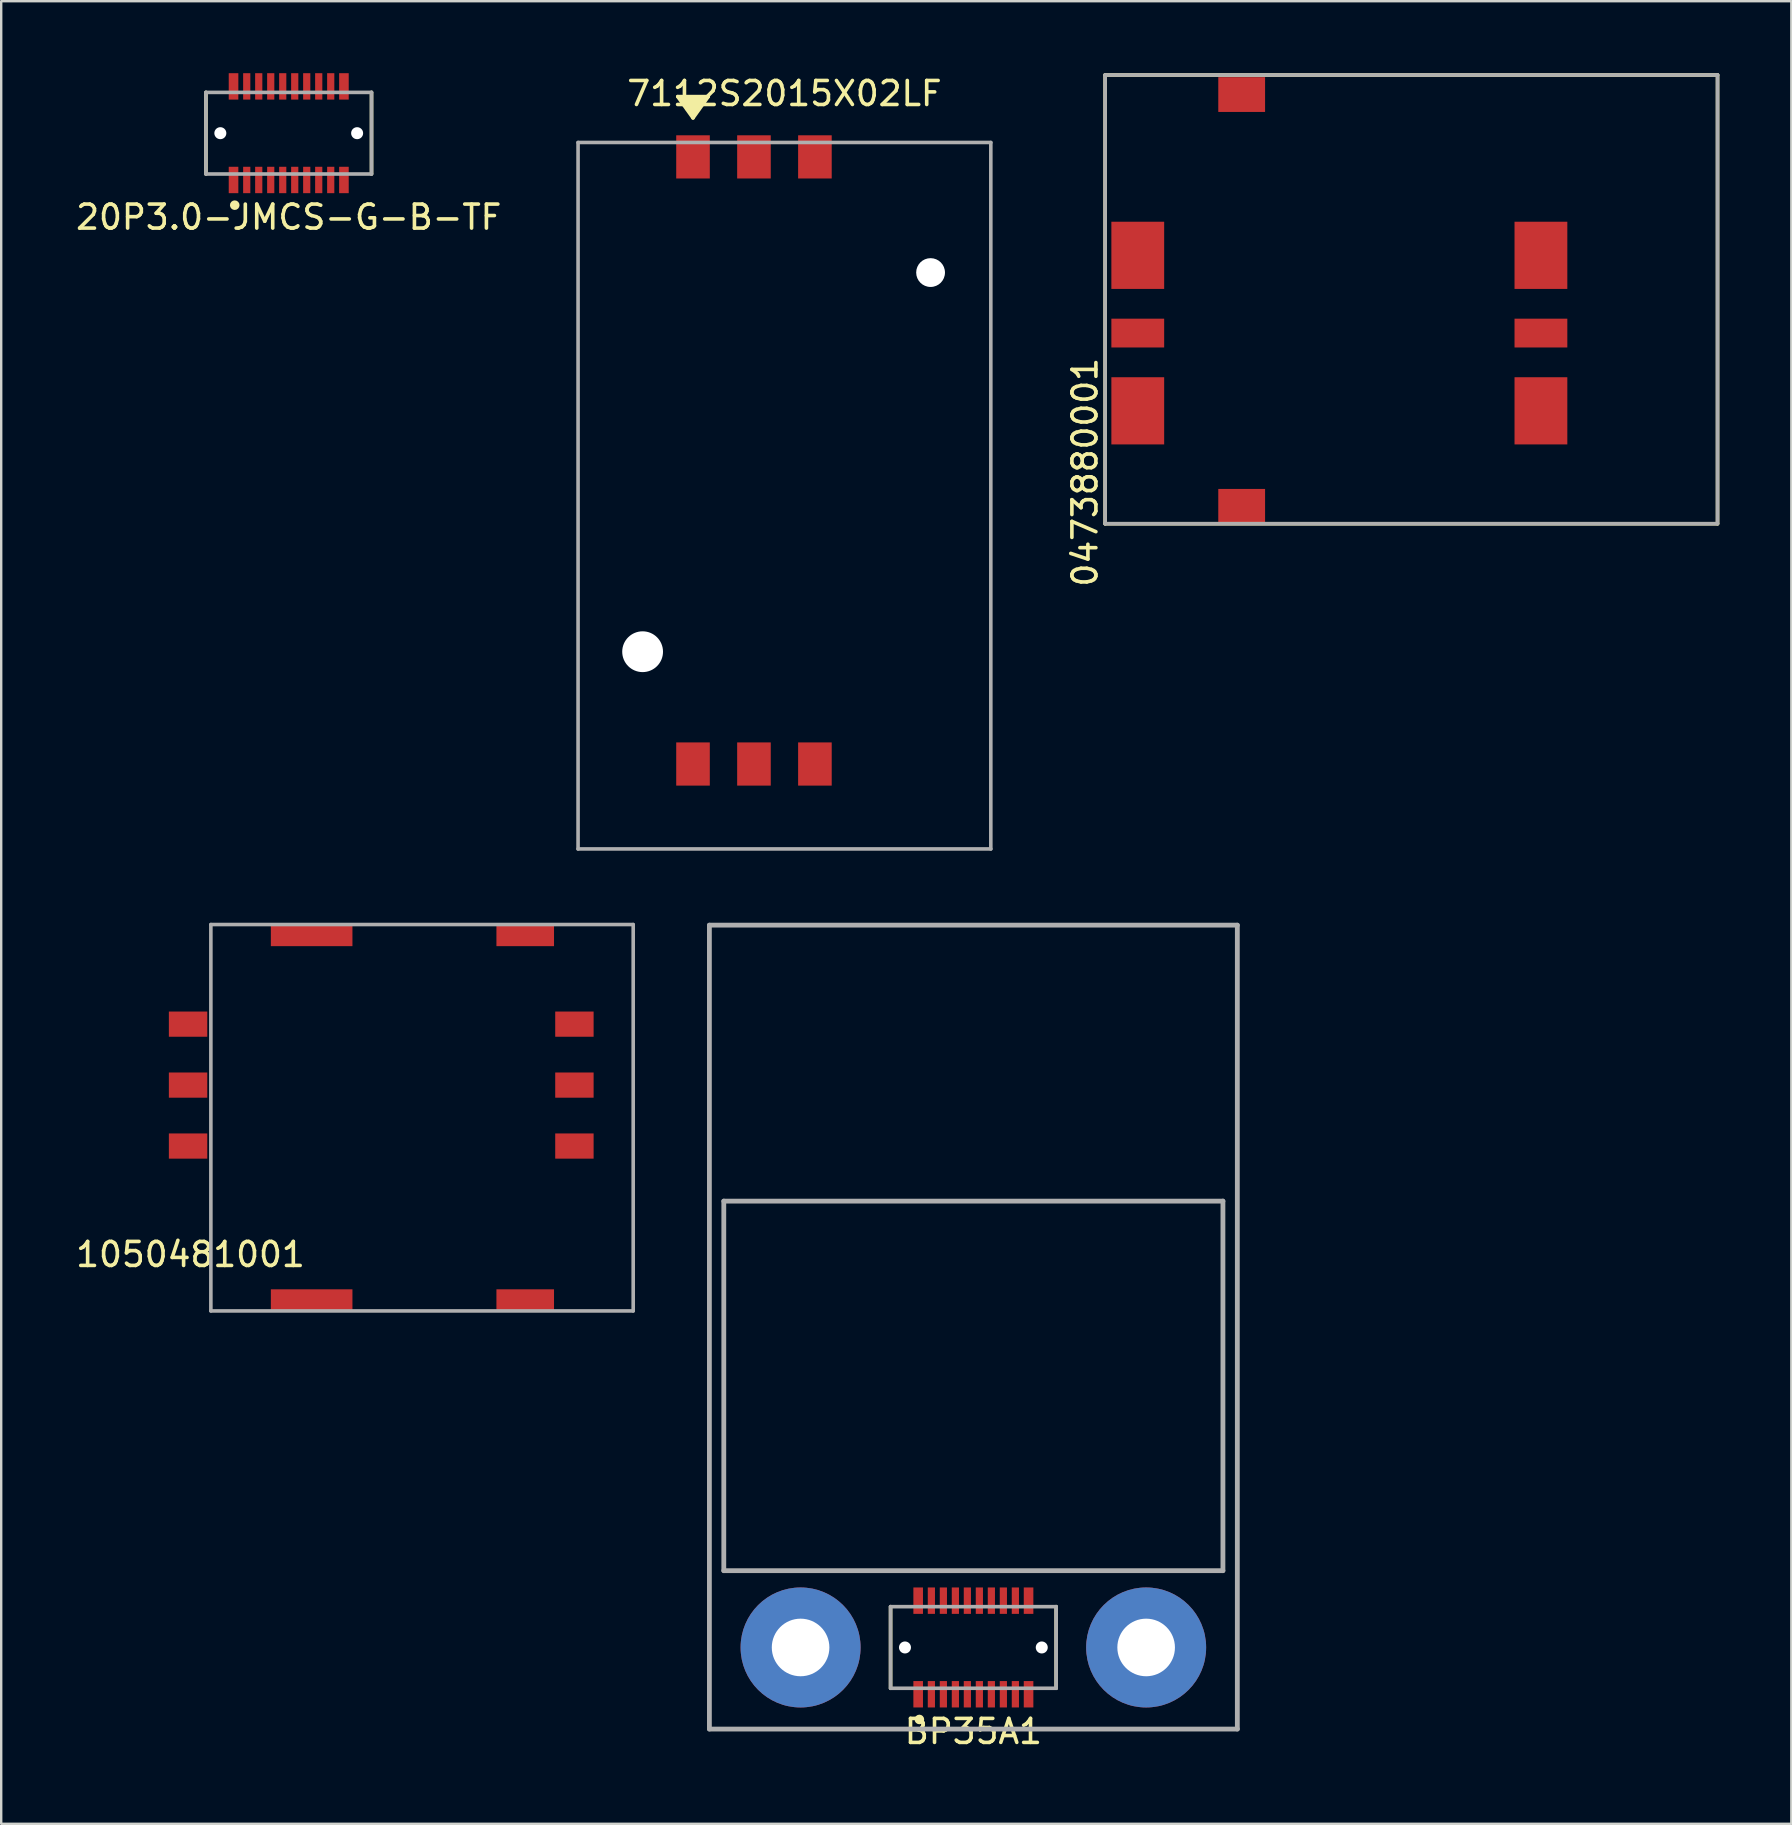
<source format=kicad_pcb>
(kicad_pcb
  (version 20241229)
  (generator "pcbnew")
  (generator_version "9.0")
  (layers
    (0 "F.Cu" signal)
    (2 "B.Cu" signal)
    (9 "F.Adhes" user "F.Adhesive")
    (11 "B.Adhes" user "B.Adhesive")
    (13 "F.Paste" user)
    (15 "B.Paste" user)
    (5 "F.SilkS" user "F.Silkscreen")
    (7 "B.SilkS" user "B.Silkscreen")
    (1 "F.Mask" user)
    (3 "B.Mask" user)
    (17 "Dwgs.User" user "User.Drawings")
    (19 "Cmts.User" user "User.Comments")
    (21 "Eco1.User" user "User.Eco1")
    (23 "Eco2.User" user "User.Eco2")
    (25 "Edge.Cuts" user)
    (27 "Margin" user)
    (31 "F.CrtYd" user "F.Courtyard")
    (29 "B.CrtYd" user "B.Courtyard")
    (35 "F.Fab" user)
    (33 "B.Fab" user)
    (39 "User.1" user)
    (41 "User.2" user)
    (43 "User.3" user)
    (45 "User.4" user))
  (footprint "0473880001"
    (layer "F.Cu")
    (at 44.363 10.83)
    (property "Reference" "0473880001" (at -2.2 5.8 90) (layer "F.SilkS") (effects (font (size 1 1) (thickness 0.15))))
    (attr through_hole)
    (fp_line (start -1.36 -10.755) (end -1.36 7.945) (stroke (width 0.15) (type solid)) (layer "F.SilkS"))
    (fp_line (start -1.36 -10.755) (end 24.16 -10.755) (stroke (width 0.15) (type solid)) (layer "F.SilkS"))
    (fp_line (start -1.36 7.945) (end 24.16 7.945) (stroke (width 0.15) (type solid)) (layer "F.SilkS"))
    (fp_line (start 24.16 -10.755) (end 24.16 7.945) (stroke (width 0.15) (type solid)) (layer "F.SilkS"))
    (fp_line (start -1.36 -10.755) (end -1.36 7.945) (stroke (width 0.15) (type solid)) (layer "F.Fab"))
    (fp_line (start -1.36 -10.755) (end 24.16 -10.755) (stroke (width 0.15) (type solid)) (layer "F.Fab"))
    (fp_line (start -1.36 7.945) (end 24.1 7.945) (stroke (width 0.15) (type solid)) (layer "F.Fab"))
    (fp_line (start 24.16 -10.755) (end 24.16 7.945) (stroke (width 0.15) (type solid)) (layer "F.Fab"))
    (pad "C1" smd rect (at 0 3.24) (size 2.2 2.8) (layers "F.Cu" "F.Mask" "F.Paste"))
    (pad "C2" smd rect (at 0 0) (size 2.2 1.2) (layers "F.Cu" "F.Mask" "F.Paste"))
    (pad "C3" smd rect (at 0 -3.24) (size 2.2 2.8) (layers "F.Cu" "F.Mask" "F.Paste"))
    (pad "C5" smd rect (at 16.8 3.24) (size 2.2 2.8) (layers "F.Cu" "F.Mask" "F.Paste"))
    (pad "C6" smd rect (at 16.8 0) (size 2.2 1.2) (layers "F.Cu" "F.Mask" "F.Paste"))
    (pad "C7" smd rect (at 16.8 -3.24) (size 2.2 2.8) (layers "F.Cu" "F.Mask" "F.Paste"))
    (pad "FG" smd rect (at 4.33 -9.94) (size 1.95 1.45) (layers "F.Cu" "F.Mask" "F.Paste"))
    (pad "FG" smd rect (at 4.33 7.22) (size 1.95 1.45) (layers "F.Cu" "F.Mask" "F.Paste")))
  (footprint "20P3.0-JMCS-G-B-TF"
    (layer "F.Cu")
    (at 8.982 2.5)
    (property "Reference" "20P3.0-JMCS-G-B-TF" (at 0 3.5 0) (layer "F.SilkS") (effects (font (size 1 1) (thickness 0.15))))
    (attr through_hole)
    (fp_line (start -3.45 -1.7) (end -3.45 1.7) (stroke (width 0.15) (type solid)) (layer "F.SilkS"))
    (fp_line (start 3.45 -1.7) (end 3.45 1.7) (stroke (width 0.15) (type solid)) (layer "F.SilkS"))
    (fp_circle (center -2.25 3) (end -2.15 3) (stroke (width 0.2) (type solid)) (fill no) (layer "F.SilkS"))
    (fp_line (start -3.45 -1.7) (end -3.45 1.7) (stroke (width 0.15) (type solid)) (layer "F.Fab"))
    (fp_line (start 3.45 -1.7) (end -3.45 -1.7) (stroke (width 0.15) (type solid)) (layer "F.Fab"))
    (fp_line (start 3.45 -1.7) (end 3.45 1.7) (stroke (width 0.15) (type solid)) (layer "F.Fab"))
    (fp_line (start 3.45 1.7) (end -3.45 1.7) (stroke (width 0.15) (type solid)) (layer "F.Fab"))
    (pad "" np_thru_hole circle (at -2.85 0) (size 0.5 0.5) (drill 0.5) (layers "*.Cu" "*.Mask"))
    (pad "" np_thru_hole circle (at 2.85 0) (size 0.5 0.5) (drill 0.5) (layers "*.Cu" "*.Mask"))
    (pad "1" smd rect (at -2.3 1.95) (size 0.4 1.1) (layers "F.Cu" "F.Mask" "F.Paste"))
    (pad "2" smd rect (at -1.75 1.95) (size 0.3 1.1) (layers "F.Cu" "F.Mask" "F.Paste"))
    (pad "3" smd rect (at -1.25 1.95) (size 0.3 1.1) (layers "F.Cu" "F.Mask" "F.Paste"))
    (pad "4" smd rect (at -0.75 1.95) (size 0.3 1.1) (layers "F.Cu" "F.Mask" "F.Paste"))
    (pad "5" smd rect (at -0.25 1.95) (size 0.3 1.1) (layers "F.Cu" "F.Mask" "F.Paste"))
    (pad "6" smd rect (at 0.25 1.95) (size 0.3 1.1) (layers "F.Cu" "F.Mask" "F.Paste"))
    (pad "7" smd rect (at 0.75 1.95) (size 0.3 1.1) (layers "F.Cu" "F.Mask" "F.Paste"))
    (pad "8" smd rect (at 1.25 1.95) (size 0.3 1.1) (layers "F.Cu" "F.Mask" "F.Paste"))
    (pad "9" smd rect (at 1.75 1.95) (size 0.3 1.1) (layers "F.Cu" "F.Mask" "F.Paste"))
    (pad "10" smd rect (at 2.3 1.95) (size 0.4 1.1) (layers "F.Cu" "F.Mask" "F.Paste"))
    (pad "11" smd rect (at -2.3 -1.95) (size 0.4 1.1) (layers "F.Cu" "F.Mask" "F.Paste"))
    (pad "12" smd rect (at -1.75 -1.95) (size 0.3 1.1) (layers "F.Cu" "F.Mask" "F.Paste"))
    (pad "13" smd rect (at -1.25 -1.95) (size 0.3 1.1) (layers "F.Cu" "F.Mask" "F.Paste"))
    (pad "14" smd rect (at -0.75 -1.95) (size 0.3 1.1) (layers "F.Cu" "F.Mask" "F.Paste"))
    (pad "15" smd rect (at -0.25 -1.95) (size 0.3 1.1) (layers "F.Cu" "F.Mask" "F.Paste"))
    (pad "16" smd rect (at 0.25 -1.95) (size 0.3 1.1) (layers "F.Cu" "F.Mask" "F.Paste"))
    (pad "17" smd rect (at 0.75 -1.95) (size 0.3 1.1) (layers "F.Cu" "F.Mask" "F.Paste"))
    (pad "18" smd rect (at 1.25 -1.95) (size 0.3 1.1) (layers "F.Cu" "F.Mask" "F.Paste"))
    (pad "19" smd rect (at 1.75 -1.95) (size 0.3 1.1) (layers "F.Cu" "F.Mask" "F.Paste"))
    (pad "20" smd rect (at 2.3 -1.95) (size 0.4 1.1) (layers "F.Cu" "F.Mask" "F.Paste")))
  (footprint "BP35A1"
    (layer "F.Cu")
    (at 37.512 65.603)
    (property "Reference" "BP35A1" (at 0 3.5 0) (layer "F.SilkS") (effects (font (size 1 1) (thickness 0.15))))
    (attr through_hole)
    (fp_line (start -3.45 -1.7) (end -3.45 1.7) (stroke (width 0.15) (type solid)) (layer "F.SilkS"))
    (fp_line (start 3.45 -1.7) (end 3.45 1.7) (stroke (width 0.15) (type solid)) (layer "F.SilkS"))
    (fp_circle (center -2.25 3) (end -2.15 3) (stroke (width 0.2) (type solid)) (fill no) (layer "F.SilkS"))
    (fp_line (start -11 -30.1) (end -11 3.4) (stroke (width 0.2) (type solid)) (layer "F.Fab"))
    (fp_line (start -11 -30.1) (end 11 -30.1) (stroke (width 0.2) (type solid)) (layer "F.Fab"))
    (fp_line (start -11 3.4) (end 11 3.4) (stroke (width 0.2) (type solid)) (layer "F.Fab"))
    (fp_line (start -10.4 -18.6) (end -10.4 -3.2) (stroke (width 0.2) (type solid)) (layer "F.Fab"))
    (fp_line (start -10.4 -18.6) (end 10.4 -18.6) (stroke (width 0.2) (type solid)) (layer "F.Fab"))
    (fp_line (start -10.4 -3.2) (end 10.4 -3.2) (stroke (width 0.2) (type solid)) (layer "F.Fab"))
    (fp_line (start -3.45 -1.7) (end -3.45 1.7) (stroke (width 0.15) (type solid)) (layer "F.Fab"))
    (fp_line (start 3.45 -1.7) (end -3.45 -1.7) (stroke (width 0.15) (type solid)) (layer "F.Fab"))
    (fp_line (start 3.45 -1.7) (end 3.45 1.7) (stroke (width 0.15) (type solid)) (layer "F.Fab"))
    (fp_line (start 3.45 1.7) (end -3.45 1.7) (stroke (width 0.15) (type solid)) (layer "F.Fab"))
    (fp_line (start 10.4 -18.6) (end 10.4 -3.2) (stroke (width 0.2) (type solid)) (layer "F.Fab"))
    (fp_line (start 11 -30.1) (end 11 3.4) (stroke (width 0.2) (type solid)) (layer "F.Fab"))
    (pad "" np_thru_hole circle (at -7.2 0) (size 5 5) (drill 2.4) (layers "*.Cu" "*.Mask"))
    (pad "" np_thru_hole circle (at -2.85 0) (size 0.5 0.5) (drill 0.5) (layers "*.Cu" "*.Mask"))
    (pad "" np_thru_hole circle (at 2.85 0) (size 0.5 0.5) (drill 0.5) (layers "*.Cu" "*.Mask"))
    (pad "" np_thru_hole circle (at 7.2 0) (size 5 5) (drill 2.4) (layers "*.Cu" "*.Mask"))
    (pad "1" smd rect (at -2.3 1.95) (size 0.4 1.1) (layers "F.Cu" "F.Mask" "F.Paste"))
    (pad "2" smd rect (at -1.75 1.95) (size 0.3 1.1) (layers "F.Cu" "F.Mask" "F.Paste"))
    (pad "3" smd rect (at -1.25 1.95) (size 0.3 1.1) (layers "F.Cu" "F.Mask" "F.Paste"))
    (pad "4" smd rect (at -0.75 1.95) (size 0.3 1.1) (layers "F.Cu" "F.Mask" "F.Paste"))
    (pad "5" smd rect (at -0.25 1.95) (size 0.3 1.1) (layers "F.Cu" "F.Mask" "F.Paste"))
    (pad "6" smd rect (at 0.25 1.95) (size 0.3 1.1) (layers "F.Cu" "F.Mask" "F.Paste"))
    (pad "7" smd rect (at 0.75 1.95) (size 0.3 1.1) (layers "F.Cu" "F.Mask" "F.Paste"))
    (pad "8" smd rect (at 1.25 1.95) (size 0.3 1.1) (layers "F.Cu" "F.Mask" "F.Paste"))
    (pad "9" smd rect (at 1.75 1.95) (size 0.3 1.1) (layers "F.Cu" "F.Mask" "F.Paste"))
    (pad "10" smd rect (at 2.3 1.95) (size 0.4 1.1) (layers "F.Cu" "F.Mask" "F.Paste"))
    (pad "11" smd rect (at -2.3 -1.95) (size 0.4 1.1) (layers "F.Cu" "F.Mask" "F.Paste"))
    (pad "12" smd rect (at -1.75 -1.95) (size 0.3 1.1) (layers "F.Cu" "F.Mask" "F.Paste"))
    (pad "13" smd rect (at -1.25 -1.95) (size 0.3 1.1) (layers "F.Cu" "F.Mask" "F.Paste"))
    (pad "14" smd rect (at -0.75 -1.95) (size 0.3 1.1) (layers "F.Cu" "F.Mask" "F.Paste"))
    (pad "15" smd rect (at -0.25 -1.95) (size 0.3 1.1) (layers "F.Cu" "F.Mask" "F.Paste"))
    (pad "16" smd rect (at 0.25 -1.95) (size 0.3 1.1) (layers "F.Cu" "F.Mask" "F.Paste"))
    (pad "17" smd rect (at 0.75 -1.95) (size 0.3 1.1) (layers "F.Cu" "F.Mask" "F.Paste"))
    (pad "18" smd rect (at 1.25 -1.95) (size 0.3 1.1) (layers "F.Cu" "F.Mask" "F.Paste"))
    (pad "19" smd rect (at 1.75 -1.95) (size 0.3 1.1) (layers "F.Cu" "F.Mask" "F.Paste"))
    (pad "20" smd rect (at 2.3 -1.95) (size 0.4 1.1) (layers "F.Cu" "F.Mask" "F.Paste")))
  (footprint "7112S2015X02LF"
    (layer "F.Cu")
    (at 29.639 28.788)
    (property "Reference" "7112S2015X02LF" (at 0 -27.94 0) (layer "F.SilkS") (effects (font (size 1 1) (thickness 0.15))))
    (attr through_hole)
    (fp_line (start -4.445 -27.813) (end -3.81 -26.924) (stroke (width 0.15) (type solid)) (layer "F.SilkS"))
    (fp_line (start -4.191 -27.559) (end -3.429 -27.559) (stroke (width 0.15) (type solid)) (layer "F.SilkS"))
    (fp_line (start -3.937 -27.178) (end -3.683 -27.178) (stroke (width 0.15) (type solid)) (layer "F.SilkS"))
    (fp_line (start -3.81 -27.051) (end -3.81 -27.178) (stroke (width 0.15) (type solid)) (layer "F.SilkS"))
    (fp_line (start -3.81 -26.924) (end -3.175 -27.813) (stroke (width 0.15) (type solid)) (layer "F.SilkS"))
    (fp_line (start -3.556 -27.432) (end -4.064 -27.432) (stroke (width 0.15) (type solid)) (layer "F.SilkS"))
    (fp_line (start -3.556 -27.305) (end -4.064 -27.305) (stroke (width 0.15) (type solid)) (layer "F.SilkS"))
    (fp_line (start -3.302 -27.686) (end -4.318 -27.686) (stroke (width 0.15) (type solid)) (layer "F.SilkS"))
    (fp_line (start -3.175 -27.813) (end -4.445 -27.813) (stroke (width 0.15) (type solid)) (layer "F.SilkS"))
    (fp_line (start -8.6 3.54) (end -8.6 -25.9) (stroke (width 0.15) (type solid)) (layer "F.Fab"))
    (fp_line (start 8.6 -25.9) (end -8.6 -25.9) (stroke (width 0.15) (type solid)) (layer "F.Fab"))
    (fp_line (start 8.6 3.54) (end -8.6 3.54) (stroke (width 0.15) (type solid)) (layer "F.Fab"))
    (fp_line (start 8.6 3.54) (end 8.6 -25.9) (stroke (width 0.15) (type solid)) (layer "F.Fab"))
    (pad "" np_thru_hole circle (at -5.91 -4.68) (size 1.7 1.7) (drill 1.7) (layers "*.Cu" "*.Mask"))
    (pad "" np_thru_hole circle (at 6.09 -20.48) (size 1.2 1.2) (drill 1.2) (layers "*.Cu" "*.Mask"))
    (pad "C1" smd rect (at -3.81 -25.3) (size 1.4 1.8) (layers "F.Cu" "F.Mask" "F.Paste"))
    (pad "C2" smd rect (at -1.27 -25.3) (size 1.4 1.8) (layers "F.Cu" "F.Mask" "F.Paste"))
    (pad "C3" smd rect (at 1.27 -25.3) (size 1.4 1.8) (layers "F.Cu" "F.Mask" "F.Paste"))
    (pad "C5" smd rect (at -3.81 0) (size 1.4 1.8) (layers "F.Cu" "F.Mask" "F.Paste"))
    (pad "C6" smd rect (at -1.27 0) (size 1.4 1.8) (layers "F.Cu" "F.Mask" "F.Paste"))
    (pad "C7" smd rect (at 1.27 0) (size 1.4 1.8) (layers "F.Cu" "F.Mask" "F.Paste")))
  (footprint "1050481001"
    (layer "F.Cu")
    (at 4.787 43.528)
    (property "Reference" "1050481001" (at 0.1 5.7 0) (layer "F.SilkS") (effects (font (size 1 1) (thickness 0.15))))
    (attr through_hole)
    (fp_line (start 0.95 8.05) (end 0.95 -8.05) (stroke (width 0.15) (type solid)) (layer "F.Fab"))
    (fp_line (start 18.55 -8.05) (end 0.95 -8.05) (stroke (width 0.15) (type solid)) (layer "F.Fab"))
    (fp_line (start 18.55 8.05) (end 0.95 8.05) (stroke (width 0.15) (type solid)) (layer "F.Fab"))
    (fp_line (start 18.55 8.05) (end 18.55 -8.05) (stroke (width 0.15) (type solid)) (layer "F.Fab"))
    (pad "C1" smd rect (at 16.1 -3.9) (size 1.6 1.05) (layers "F.Cu" "F.Mask" "F.Paste"))
    (pad "C2" smd rect (at 16.1 -1.36) (size 1.6 1.05) (layers "F.Cu" "F.Mask" "F.Paste"))
    (pad "C3" smd rect (at 16.1 1.18) (size 1.6 1.05) (layers "F.Cu" "F.Mask" "F.Paste"))
    (pad "C5" smd rect (at 0 -3.9) (size 1.6 1.05) (layers "F.Cu" "F.Mask" "F.Paste"))
    (pad "C6" smd rect (at 0 -1.36) (size 1.6 1.05) (layers "F.Cu" "F.Mask" "F.Paste"))
    (pad "C7" smd rect (at 0 1.18) (size 1.6 1.05) (layers "F.Cu" "F.Mask" "F.Paste"))
    (pad "FG" smd rect (at 5.15 -7.6) (size 3.4 0.9) (layers "F.Cu" "F.Mask" "F.Paste"))
    (pad "FG" smd rect (at 5.15 7.6) (size 3.4 0.9) (layers "F.Cu" "F.Mask" "F.Paste"))
    (pad "FG" smd rect (at 14.05 -7.6) (size 2.4 0.9) (layers "F.Cu" "F.Mask" "F.Paste"))
    (pad "FG" smd rect (at 14.05 7.6) (size 2.4 0.9) (layers "F.Cu" "F.Mask" "F.Paste")))
  (gr_rect
    (start -3 -3)
    (end 71.598 72.951)
    (stroke (width 0.1) (type default))
    (fill no)
    (layer "Edge.Cuts")))
</source>
